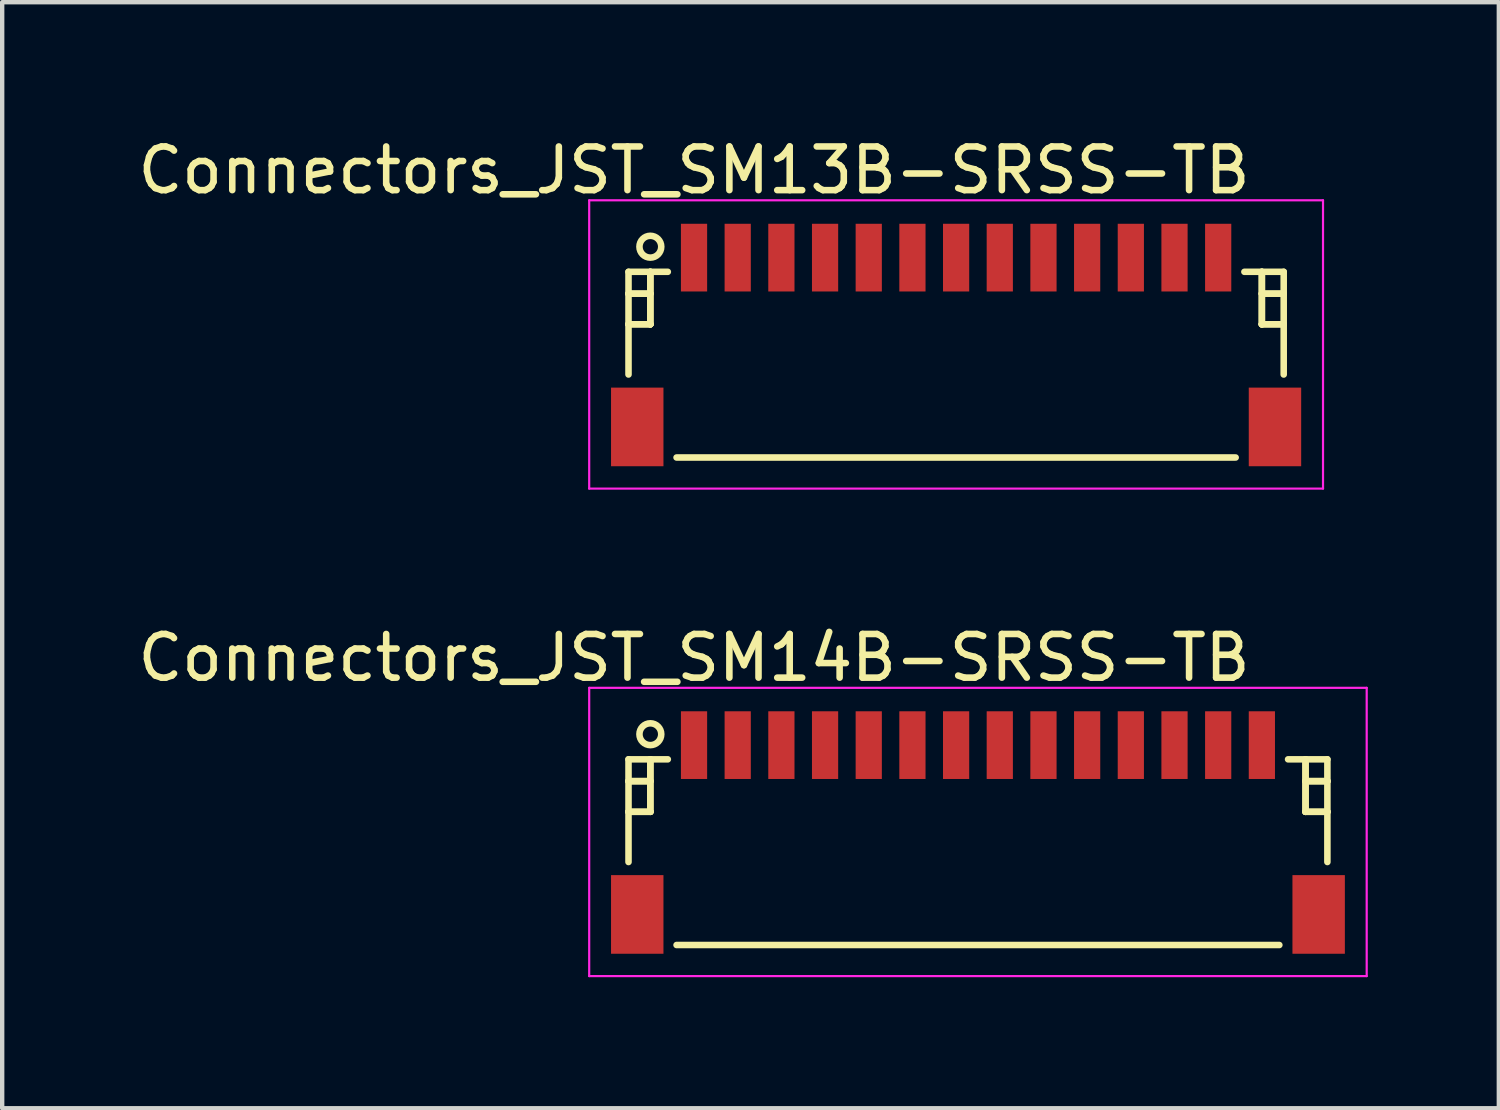
<source format=kicad_pcb>
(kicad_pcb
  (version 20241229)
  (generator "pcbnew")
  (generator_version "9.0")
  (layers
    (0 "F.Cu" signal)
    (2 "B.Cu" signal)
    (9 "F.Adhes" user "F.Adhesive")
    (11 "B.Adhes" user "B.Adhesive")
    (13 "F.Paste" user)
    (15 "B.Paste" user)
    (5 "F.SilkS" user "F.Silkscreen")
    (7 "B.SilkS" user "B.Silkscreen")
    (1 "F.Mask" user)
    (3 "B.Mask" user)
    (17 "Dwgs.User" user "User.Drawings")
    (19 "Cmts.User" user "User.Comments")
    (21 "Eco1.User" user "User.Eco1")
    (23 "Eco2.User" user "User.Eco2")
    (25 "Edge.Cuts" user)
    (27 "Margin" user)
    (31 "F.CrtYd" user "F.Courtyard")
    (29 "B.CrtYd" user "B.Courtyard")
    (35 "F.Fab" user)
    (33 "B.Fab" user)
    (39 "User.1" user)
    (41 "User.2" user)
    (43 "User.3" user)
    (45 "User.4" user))
  (footprint "Connectors_JST_SM14B-SRSS-TB"
    (layer "F.Cu")
    (at 19.339 15.947)
    (property "Reference" "Connectors_JST_SM14B-SRSS-TB" (at -6.5 -3.938 0) (layer "F.SilkS") (effects (font (size 1 1) (thickness 0.15))))
    (attr smd)
    (fp_line (start -8 -1.613) (end -7.1 -1.613) (stroke (width 0.15) (type solid)) (layer "F.SilkS"))
    (fp_line (start -8 -1.113) (end -8 -1.113) (stroke (width 0.15) (type solid)) (layer "F.SilkS"))
    (fp_line (start -8 -1.113) (end -7.5 -1.113) (stroke (width 0.15) (type solid)) (layer "F.SilkS"))
    (fp_line (start -8 -0.412) (end -8 -0.412) (stroke (width 0.15) (type solid)) (layer "F.SilkS"))
    (fp_line (start -8 -0.412) (end -7.5 -0.412) (stroke (width 0.15) (type solid)) (layer "F.SilkS"))
    (fp_line (start -8 0.738) (end -8 -1.613) (stroke (width 0.15) (type solid)) (layer "F.SilkS"))
    (fp_line (start -7.5 -1.613) (end -7.5 -1.613) (stroke (width 0.15) (type solid)) (layer "F.SilkS"))
    (fp_line (start -7.5 -1.613) (end -7.5 -0.412) (stroke (width 0.15) (type solid)) (layer "F.SilkS"))
    (fp_line (start -7.5 -1.113) (end -8 -1.113) (stroke (width 0.15) (type solid)) (layer "F.SilkS"))
    (fp_line (start -7.5 -1.113) (end -7.5 -1.113) (stroke (width 0.15) (type solid)) (layer "F.SilkS"))
    (fp_line (start -7.5 -0.412) (end -8 -0.412) (stroke (width 0.15) (type solid)) (layer "F.SilkS"))
    (fp_line (start -7.5 -0.412) (end -7.5 -1.613) (stroke (width 0.15) (type solid)) (layer "F.SilkS"))
    (fp_line (start -7.5 -0.412) (end -7.5 -0.412) (stroke (width 0.15) (type solid)) (layer "F.SilkS"))
    (fp_line (start -7.5 -0.412) (end -7.5 -0.412) (stroke (width 0.15) (type solid)) (layer "F.SilkS"))
    (fp_line (start -6.9 2.638) (end 6.9 2.638) (stroke (width 0.15) (type solid)) (layer "F.SilkS"))
    (fp_line (start 7.5 -1.613) (end 7.5 -1.613) (stroke (width 0.15) (type solid)) (layer "F.SilkS"))
    (fp_line (start 7.5 -1.613) (end 7.5 -0.412) (stroke (width 0.15) (type solid)) (layer "F.SilkS"))
    (fp_line (start 7.5 -1.113) (end 7.5 -1.113) (stroke (width 0.15) (type solid)) (layer "F.SilkS"))
    (fp_line (start 7.5 -1.113) (end 8 -1.113) (stroke (width 0.15) (type solid)) (layer "F.SilkS"))
    (fp_line (start 7.5 -0.412) (end 7.5 -1.613) (stroke (width 0.15) (type solid)) (layer "F.SilkS"))
    (fp_line (start 7.5 -0.412) (end 7.5 -0.412) (stroke (width 0.15) (type solid)) (layer "F.SilkS"))
    (fp_line (start 7.5 -0.412) (end 7.5 -0.412) (stroke (width 0.15) (type solid)) (layer "F.SilkS"))
    (fp_line (start 7.5 -0.412) (end 8 -0.412) (stroke (width 0.15) (type solid)) (layer "F.SilkS"))
    (fp_line (start 8 -1.613) (end 7.1 -1.613) (stroke (width 0.15) (type solid)) (layer "F.SilkS"))
    (fp_line (start 8 -1.113) (end 7.5 -1.113) (stroke (width 0.15) (type solid)) (layer "F.SilkS"))
    (fp_line (start 8 -1.113) (end 8 -1.113) (stroke (width 0.15) (type solid)) (layer "F.SilkS"))
    (fp_line (start 8 -0.412) (end 7.5 -0.412) (stroke (width 0.15) (type solid)) (layer "F.SilkS"))
    (fp_line (start 8 -0.412) (end 8 -0.412) (stroke (width 0.15) (type solid)) (layer "F.SilkS"))
    (fp_line (start 8 0.738) (end 8 -1.613) (stroke (width 0.15) (type solid)) (layer "F.SilkS"))
    (fp_circle (center -7.5 -2.188) (end -7.25 -2.188) (stroke (width 0.15) (type solid)) (fill no) (layer "F.SilkS"))
    (fp_line (start -8.9 -3.25) (end 8.9 -3.25) (stroke (width 0.05) (type solid)) (layer "F.CrtYd"))
    (fp_line (start -8.9 3.35) (end -8.9 -3.25) (stroke (width 0.05) (type solid)) (layer "F.CrtYd"))
    (fp_line (start 8.9 -3.25) (end 8.9 3.35) (stroke (width 0.05) (type solid)) (layer "F.CrtYd"))
    (fp_line (start 8.9 3.35) (end -8.9 3.35) (stroke (width 0.05) (type solid)) (layer "F.CrtYd"))
    (pad "" smd rect (at -7.8 1.938) (size 1.2 1.8) (layers "F.Cu" "F.Mask" "F.Paste"))
    (pad "" smd rect (at 7.8 1.938) (size 1.2 1.8) (layers "F.Cu" "F.Mask" "F.Paste"))
    (pad "1" smd rect (at -6.5 -1.938) (size 0.6 1.55) (layers "F.Cu" "F.Mask" "F.Paste"))
    (pad "2" smd rect (at -5.5 -1.938) (size 0.6 1.55) (layers "F.Cu" "F.Mask" "F.Paste"))
    (pad "3" smd rect (at -4.5 -1.938) (size 0.6 1.55) (layers "F.Cu" "F.Mask" "F.Paste"))
    (pad "4" smd rect (at -3.5 -1.938) (size 0.6 1.55) (layers "F.Cu" "F.Mask" "F.Paste"))
    (pad "5" smd rect (at -2.5 -1.938) (size 0.6 1.55) (layers "F.Cu" "F.Mask" "F.Paste"))
    (pad "6" smd rect (at -1.5 -1.938) (size 0.6 1.55) (layers "F.Cu" "F.Mask" "F.Paste"))
    (pad "7" smd rect (at -0.5 -1.938) (size 0.6 1.55) (layers "F.Cu" "F.Mask" "F.Paste"))
    (pad "8" smd rect (at 0.5 -1.938) (size 0.6 1.55) (layers "F.Cu" "F.Mask" "F.Paste"))
    (pad "9" smd rect (at 1.5 -1.938) (size 0.6 1.55) (layers "F.Cu" "F.Mask" "F.Paste"))
    (pad "10" smd rect (at 2.5 -1.938) (size 0.6 1.55) (layers "F.Cu" "F.Mask" "F.Paste"))
    (pad "11" smd rect (at 3.5 -1.938) (size 0.6 1.55) (layers "F.Cu" "F.Mask" "F.Paste"))
    (pad "12" smd rect (at 4.5 -1.938) (size 0.6 1.55) (layers "F.Cu" "F.Mask" "F.Paste"))
    (pad "13" smd rect (at 5.5 -1.938) (size 0.6 1.55) (layers "F.Cu" "F.Mask" "F.Paste"))
    (pad "14" smd rect (at 6.5 -1.938) (size 0.6 1.55) (layers "F.Cu" "F.Mask" "F.Paste")))
  (footprint "Connectors_JST_SM13B-SRSS-TB"
    (layer "F.Cu")
    (at 18.839 4.786)
    (property "Reference" "Connectors_JST_SM13B-SRSS-TB" (at -6 -3.938 0) (layer "F.SilkS") (effects (font (size 1 1) (thickness 0.15))))
    (attr smd)
    (fp_line (start -7.5 -1.613) (end -6.6 -1.613) (stroke (width 0.15) (type solid)) (layer "F.SilkS"))
    (fp_line (start -7.5 -1.113) (end -7.5 -1.113) (stroke (width 0.15) (type solid)) (layer "F.SilkS"))
    (fp_line (start -7.5 -1.113) (end -7 -1.113) (stroke (width 0.15) (type solid)) (layer "F.SilkS"))
    (fp_line (start -7.5 -0.412) (end -7.5 -0.412) (stroke (width 0.15) (type solid)) (layer "F.SilkS"))
    (fp_line (start -7.5 -0.412) (end -7 -0.412) (stroke (width 0.15) (type solid)) (layer "F.SilkS"))
    (fp_line (start -7.5 0.738) (end -7.5 -1.613) (stroke (width 0.15) (type solid)) (layer "F.SilkS"))
    (fp_line (start -7 -1.613) (end -7 -1.613) (stroke (width 0.15) (type solid)) (layer "F.SilkS"))
    (fp_line (start -7 -1.613) (end -7 -0.412) (stroke (width 0.15) (type solid)) (layer "F.SilkS"))
    (fp_line (start -7 -1.113) (end -7.5 -1.113) (stroke (width 0.15) (type solid)) (layer "F.SilkS"))
    (fp_line (start -7 -1.113) (end -7 -1.113) (stroke (width 0.15) (type solid)) (layer "F.SilkS"))
    (fp_line (start -7 -0.412) (end -7.5 -0.412) (stroke (width 0.15) (type solid)) (layer "F.SilkS"))
    (fp_line (start -7 -0.412) (end -7 -1.613) (stroke (width 0.15) (type solid)) (layer "F.SilkS"))
    (fp_line (start -7 -0.412) (end -7 -0.412) (stroke (width 0.15) (type solid)) (layer "F.SilkS"))
    (fp_line (start -7 -0.412) (end -7 -0.412) (stroke (width 0.15) (type solid)) (layer "F.SilkS"))
    (fp_line (start -6.4 2.638) (end 6.4 2.638) (stroke (width 0.15) (type solid)) (layer "F.SilkS"))
    (fp_line (start 7 -1.613) (end 7 -1.613) (stroke (width 0.15) (type solid)) (layer "F.SilkS"))
    (fp_line (start 7 -1.613) (end 7 -0.412) (stroke (width 0.15) (type solid)) (layer "F.SilkS"))
    (fp_line (start 7 -1.113) (end 7 -1.113) (stroke (width 0.15) (type solid)) (layer "F.SilkS"))
    (fp_line (start 7 -1.113) (end 7.5 -1.113) (stroke (width 0.15) (type solid)) (layer "F.SilkS"))
    (fp_line (start 7 -0.412) (end 7 -1.613) (stroke (width 0.15) (type solid)) (layer "F.SilkS"))
    (fp_line (start 7 -0.412) (end 7 -0.412) (stroke (width 0.15) (type solid)) (layer "F.SilkS"))
    (fp_line (start 7 -0.412) (end 7 -0.412) (stroke (width 0.15) (type solid)) (layer "F.SilkS"))
    (fp_line (start 7 -0.412) (end 7.5 -0.412) (stroke (width 0.15) (type solid)) (layer "F.SilkS"))
    (fp_line (start 7.5 -1.613) (end 6.6 -1.613) (stroke (width 0.15) (type solid)) (layer "F.SilkS"))
    (fp_line (start 7.5 -1.113) (end 7 -1.113) (stroke (width 0.15) (type solid)) (layer "F.SilkS"))
    (fp_line (start 7.5 -1.113) (end 7.5 -1.113) (stroke (width 0.15) (type solid)) (layer "F.SilkS"))
    (fp_line (start 7.5 -0.412) (end 7 -0.412) (stroke (width 0.15) (type solid)) (layer "F.SilkS"))
    (fp_line (start 7.5 -0.412) (end 7.5 -0.412) (stroke (width 0.15) (type solid)) (layer "F.SilkS"))
    (fp_line (start 7.5 0.738) (end 7.5 -1.613) (stroke (width 0.15) (type solid)) (layer "F.SilkS"))
    (fp_circle (center -7 -2.188) (end -6.75 -2.188) (stroke (width 0.15) (type solid)) (fill no) (layer "F.SilkS"))
    (fp_line (start -8.4 -3.25) (end 8.4 -3.25) (stroke (width 0.05) (type solid)) (layer "F.CrtYd"))
    (fp_line (start -8.4 3.35) (end -8.4 -3.25) (stroke (width 0.05) (type solid)) (layer "F.CrtYd"))
    (fp_line (start 8.4 -3.25) (end 8.4 3.35) (stroke (width 0.05) (type solid)) (layer "F.CrtYd"))
    (fp_line (start 8.4 3.35) (end -8.4 3.35) (stroke (width 0.05) (type solid)) (layer "F.CrtYd"))
    (pad "" smd rect (at -7.3 1.938) (size 1.2 1.8) (layers "F.Cu" "F.Mask" "F.Paste"))
    (pad "" smd rect (at 7.3 1.938) (size 1.2 1.8) (layers "F.Cu" "F.Mask" "F.Paste"))
    (pad "1" smd rect (at -6 -1.938) (size 0.6 1.55) (layers "F.Cu" "F.Mask" "F.Paste"))
    (pad "2" smd rect (at -5 -1.938) (size 0.6 1.55) (layers "F.Cu" "F.Mask" "F.Paste"))
    (pad "3" smd rect (at -4 -1.938) (size 0.6 1.55) (layers "F.Cu" "F.Mask" "F.Paste"))
    (pad "4" smd rect (at -3 -1.938) (size 0.6 1.55) (layers "F.Cu" "F.Mask" "F.Paste"))
    (pad "5" smd rect (at -2 -1.938) (size 0.6 1.55) (layers "F.Cu" "F.Mask" "F.Paste"))
    (pad "6" smd rect (at -1 -1.938) (size 0.6 1.55) (layers "F.Cu" "F.Mask" "F.Paste"))
    (pad "7" smd rect (at 0 -1.938) (size 0.6 1.55) (layers "F.Cu" "F.Mask" "F.Paste"))
    (pad "8" smd rect (at 1 -1.938) (size 0.6 1.55) (layers "F.Cu" "F.Mask" "F.Paste"))
    (pad "9" smd rect (at 2 -1.938) (size 0.6 1.55) (layers "F.Cu" "F.Mask" "F.Paste"))
    (pad "10" smd rect (at 3 -1.938) (size 0.6 1.55) (layers "F.Cu" "F.Mask" "F.Paste"))
    (pad "11" smd rect (at 4 -1.938) (size 0.6 1.55) (layers "F.Cu" "F.Mask" "F.Paste"))
    (pad "12" smd rect (at 5 -1.938) (size 0.6 1.55) (layers "F.Cu" "F.Mask" "F.Paste"))
    (pad "13" smd rect (at 6 -1.938) (size 0.6 1.55) (layers "F.Cu" "F.Mask" "F.Paste")))
  (gr_rect
    (start -3 -3)
    (end 31.264 22.322)
    (stroke (width 0.1) (type default))
    (fill no)
    (layer "Edge.Cuts")))
</source>
